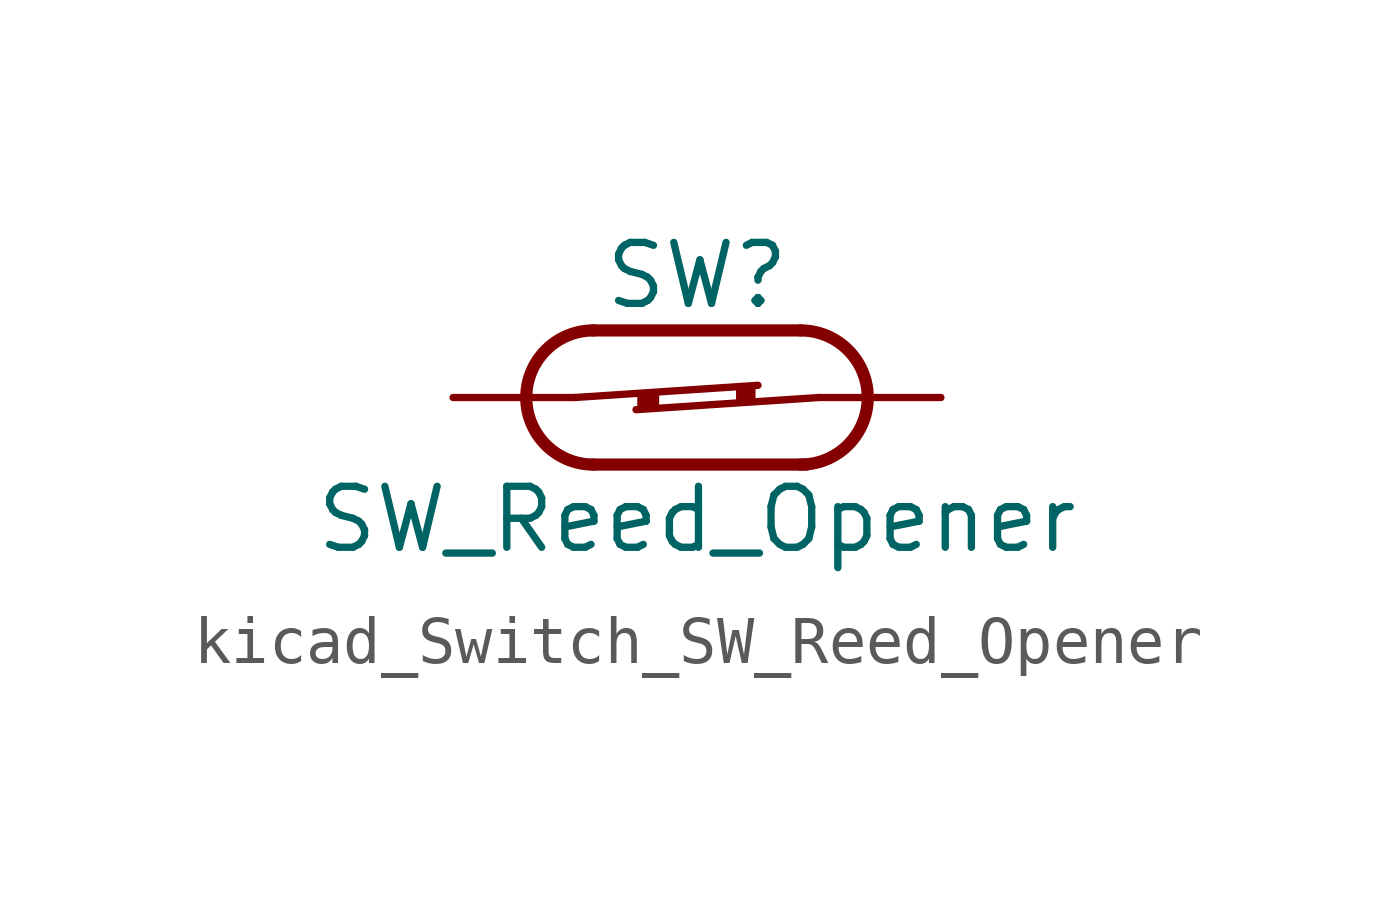
<source format=kicad_sym>
(kicad_symbol_lib
  (version 20220914)
  (generator kicad_symbol_editor)
  (symbol "kicad_Switch_SW_Reed_Opener"
    (pin_numbers hide)
    (pin_names
      (offset 0) hide)
    (property "Reference" "SW"
      (at 0 2.54 0)
      (effects (font (size 1.27 1.27))))
    (property "Value" "SW_Reed_Opener"
      (at 0 -2.54 0)
      (effects (font (size 1.27 1.27))))
    (symbol "kicad_Switch_SW_Reed_Opener_0_0"
      (arc (start -2.159 1.397) (mid -3.55 0) (end -2.159 -1.397) (stroke (width 0.254) (type default)) (fill (type none)))
      (polyline (pts (xy -2.54 0) (xy 1.27 0.254)) (stroke (width 0) (type default)) (fill (type none)))
      (polyline (pts (xy -2.159 -1.397) (xy 2.286 -1.397)) (stroke (width 0.254) (type default)) (fill (type none)))
      (polyline (pts (xy 2.159 1.397) (xy -2.159 1.397)) (stroke (width 0.254) (type default)) (fill (type none)))
      (polyline (pts (xy 2.54 0) (xy -1.27 -0.254)) (stroke (width 0) (type default)) (fill (type none)))
      (arc (start 2.159 -1.397) (mid 3.55 0) (end 2.159 1.397) (stroke (width 0.254) (type default)) (fill (type none))))
    (symbol "kicad_Switch_SW_Reed_Opener_0_1"
      (rectangle (start -1.168 0.051) (end -0.864 -0.203) (stroke (width 0) (type default)) (fill (type outline)))
      (rectangle (start 0.889 0.178) (end 1.143 -0.076) (stroke (width 0) (type default)) (fill (type outline))))
    (symbol "kicad_Switch_SW_Reed_Opener_1_1"
      (pin passive line (at -5.08 0 0) (length 2.54) (name "1" (effects (font (size 1.27 1.27)))) (number "1" (effects (font (size 1.27 1.27)))))
      (pin passive line (at 5.08 0 180) (length 2.54) (name "2" (effects (font (size 1.27 1.27)))) (number "2" (effects (font (size 1.27 1.27))))))))
</source>
